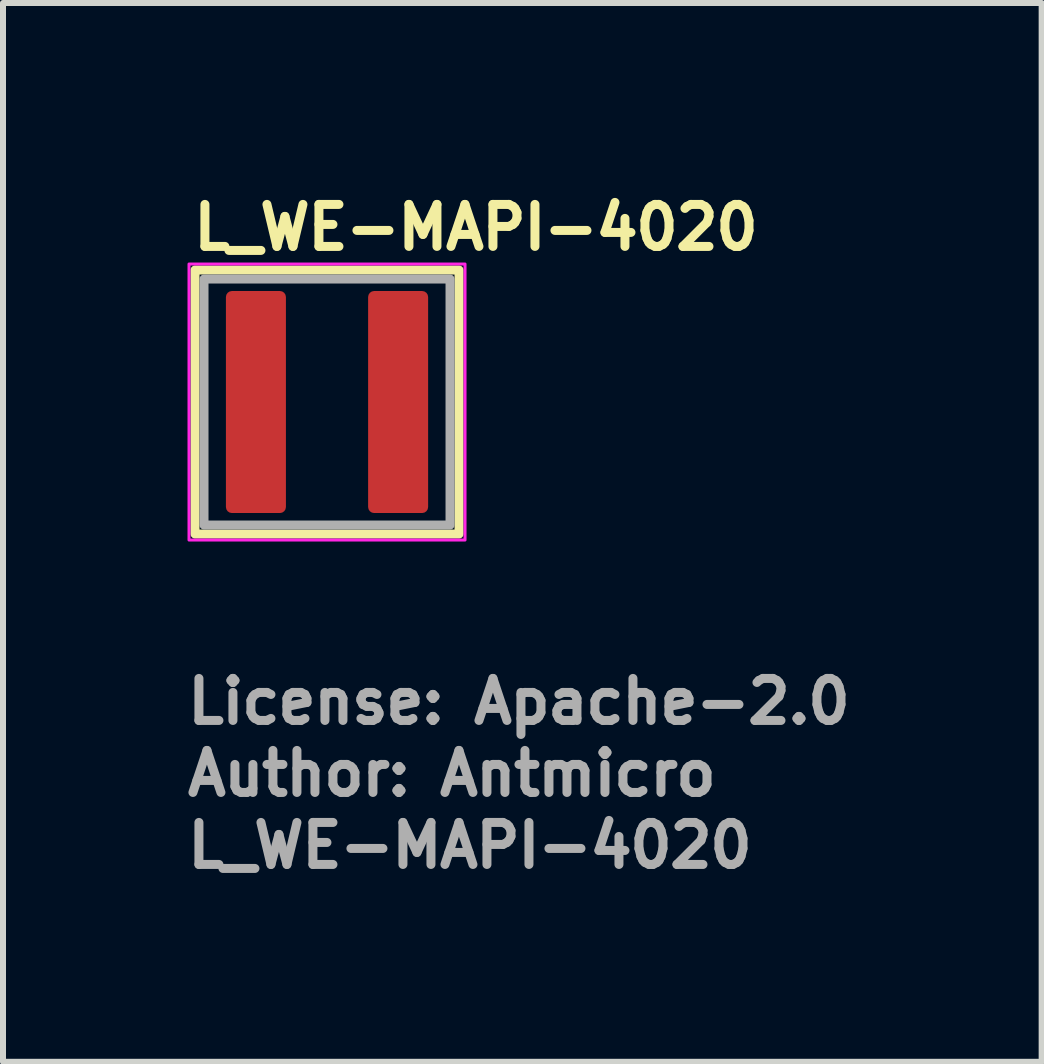
<source format=kicad_pcb>
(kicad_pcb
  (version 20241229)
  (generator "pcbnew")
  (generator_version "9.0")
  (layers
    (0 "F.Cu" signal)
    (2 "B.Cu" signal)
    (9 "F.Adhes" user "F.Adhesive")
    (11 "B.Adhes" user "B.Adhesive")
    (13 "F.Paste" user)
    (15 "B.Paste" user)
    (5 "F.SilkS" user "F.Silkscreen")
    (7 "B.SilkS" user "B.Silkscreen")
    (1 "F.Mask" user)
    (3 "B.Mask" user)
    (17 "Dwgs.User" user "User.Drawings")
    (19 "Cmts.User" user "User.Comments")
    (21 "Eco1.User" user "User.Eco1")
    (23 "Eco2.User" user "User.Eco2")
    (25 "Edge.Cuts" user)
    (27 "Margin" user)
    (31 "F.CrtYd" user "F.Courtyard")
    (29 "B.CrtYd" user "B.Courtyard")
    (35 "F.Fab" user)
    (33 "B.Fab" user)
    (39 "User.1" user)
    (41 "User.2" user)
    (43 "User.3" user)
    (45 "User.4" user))
  (footprint "L_WE-MAPI-4020"
    (layer "F.Cu")
    (at 2.4 3.65)
    (property "Reference" "L_WE-MAPI-4020" (at -2.3 -2.5 180) (layer "F.SilkS") (effects (font (size 0.7 0.7) (thickness 0.15)) (justify left bottom)))
    (attr smd)
    (fp_rect (start -2.2 -2.2) (end 2.2 2.2) (stroke (width 0.15) (type solid)) (fill no) (layer "F.SilkS"))
    (fp_rect (start -2.3 -2.3) (end 2.3 2.3) (stroke (width 0.05) (type solid)) (fill no) (layer "F.CrtYd"))
    (fp_rect (start -2.05 -2.05) (end 2.05 2.05) (stroke (width 0.15) (type solid)) (fill no) (layer "F.Fab"))
    (fp_rect (start -2.05 -2.05) (end 2.05 2.05) (stroke (width 0.1) (type solid)) (fill no) (layer "User.5"))
    (fp_line (start -2.05 -2.05) (end 2.05 -2.05) (stroke (width 0.02) (type solid)) (layer "User.9"))
    (fp_line (start -2.05 2.05) (end -2.05 -2.05) (stroke (width 0.02) (type solid)) (layer "User.9"))
    (fp_line (start 2.05 -2.05) (end 2.05 2.05) (stroke (width 0.02) (type solid)) (layer "User.9"))
    (fp_line (start 2.05 2.05) (end -2.05 2.05) (stroke (width 0.02) (type solid)) (layer "User.9"))
    (fp_text user "Author: Antmicro" (at -2.4 6.6 0) (layer "F.Fab") (effects (font (size 0.7 0.7) (thickness 0.15)) (justify left bottom)))
    (fp_text user "${REFERENCE}" (at -2.4 7.8 0) (layer "F.Fab") (effects (font (size 0.7 0.7) (thickness 0.15)) (justify left bottom)))
    (fp_text user "License: Apache-2.0" (at -2.4 5.4 0) (layer "F.Fab") (effects (font (size 0.7 0.7) (thickness 0.15)) (justify left bottom)))
    (pad "1" smd roundrect (at -1.185 0 90) (size 3.7 1) (layers "F.Cu" "F.Mask" "F.Paste") (roundrect_rratio 0.1))
    (pad "2" smd roundrect (at 1.185 0 90) (size 3.7 1) (layers "F.Cu" "F.Mask" "F.Paste") (roundrect_rratio 0.1)))
  (gr_rect
    (start -3 -3)
    (end 14.31 14.646)
    (stroke (width 0.1) (type default))
    (fill no)
    (layer "Edge.Cuts")))
</source>
